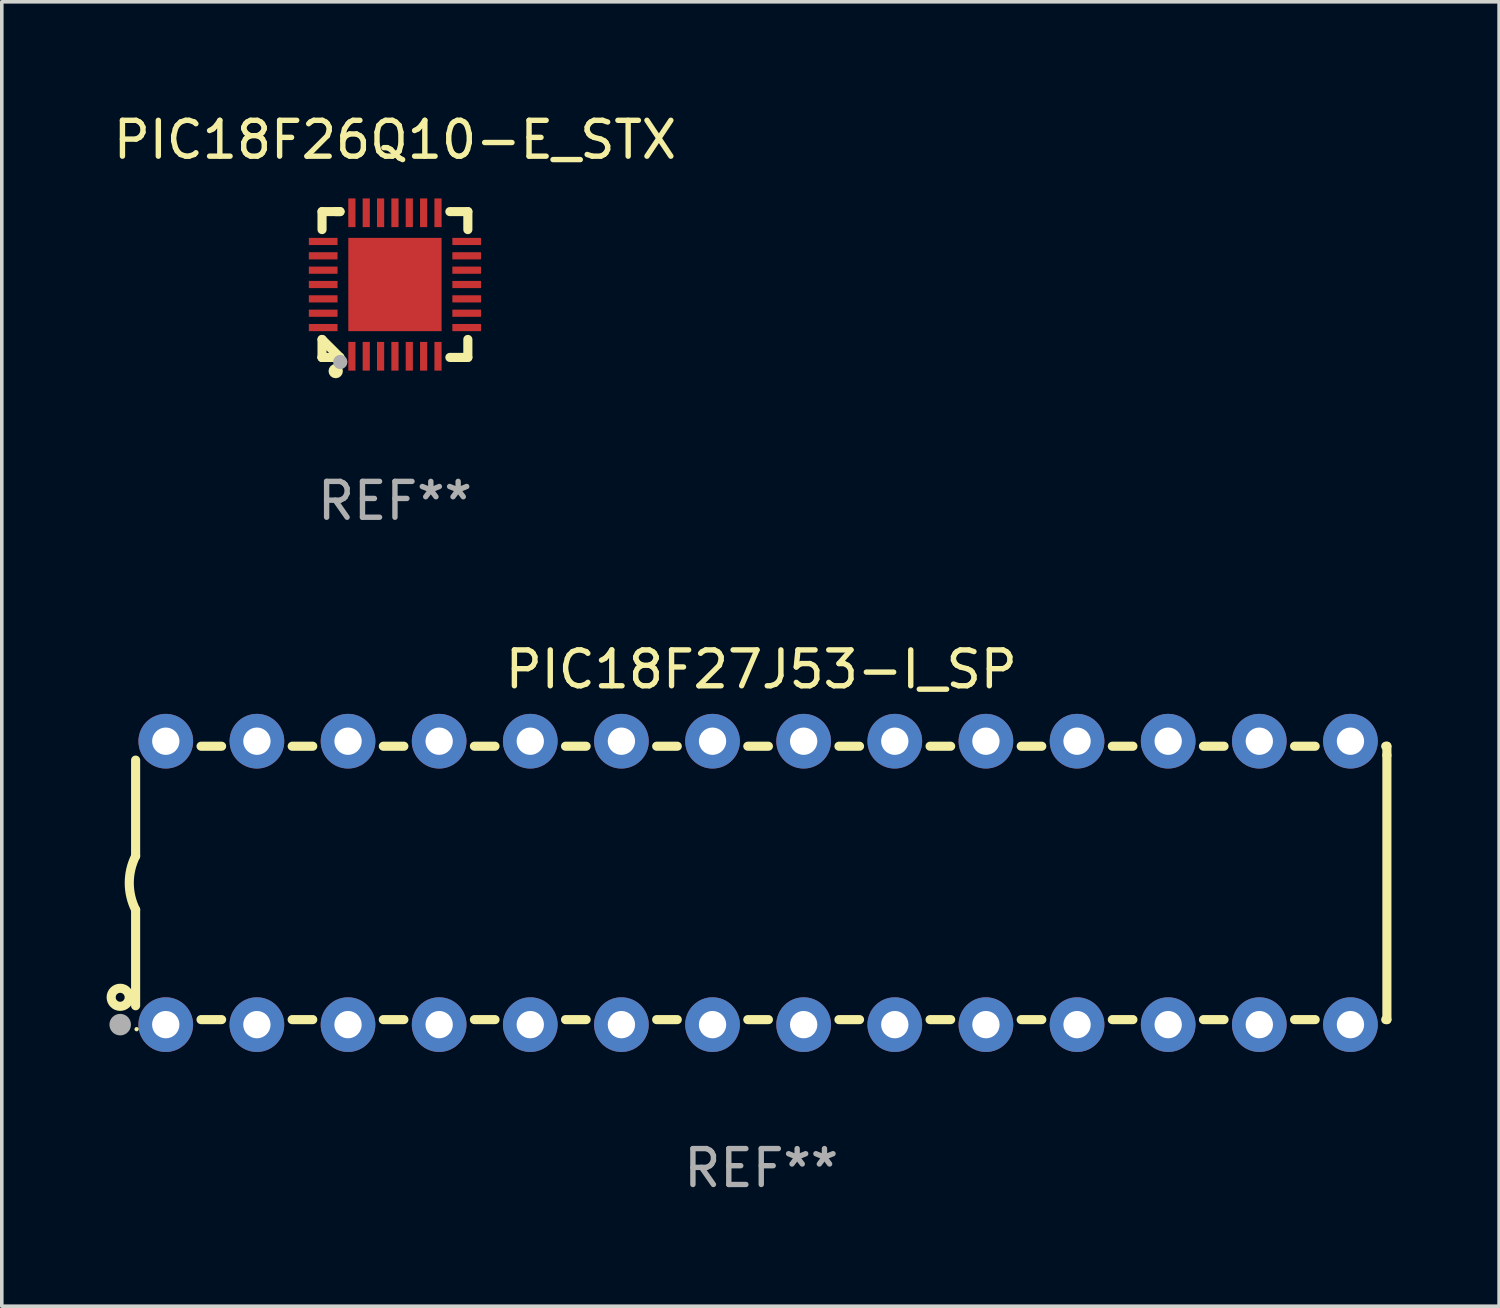
<source format=kicad_pcb>
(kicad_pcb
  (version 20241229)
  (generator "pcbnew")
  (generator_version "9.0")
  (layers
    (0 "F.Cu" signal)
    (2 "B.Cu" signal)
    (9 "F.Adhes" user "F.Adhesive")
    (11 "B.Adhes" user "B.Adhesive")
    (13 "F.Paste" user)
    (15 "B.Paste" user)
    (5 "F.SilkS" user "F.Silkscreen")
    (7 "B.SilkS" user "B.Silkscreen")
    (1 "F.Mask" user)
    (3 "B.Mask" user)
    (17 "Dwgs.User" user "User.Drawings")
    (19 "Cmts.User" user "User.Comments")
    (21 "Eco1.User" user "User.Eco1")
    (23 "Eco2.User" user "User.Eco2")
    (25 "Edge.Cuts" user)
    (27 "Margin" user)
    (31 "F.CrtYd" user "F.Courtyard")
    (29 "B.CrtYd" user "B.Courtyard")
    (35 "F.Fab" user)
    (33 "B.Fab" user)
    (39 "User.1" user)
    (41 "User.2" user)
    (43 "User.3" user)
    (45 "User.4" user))
  (footprint "PIC18F27J53-I_SP"
    (layer "F.Cu")
    (at 18.168 21.559)
    (property "Reference" "PIC18F27J53-I_SP" (at 0 -5.95 0) (layer "F.SilkS") (effects (font (size 1 1) (thickness 0.15))))
    (attr through_hole)
    (fp_line (start -17.438 0.75) (end -17.438 3.423) (stroke (width 0.254) (type solid)) (layer "F.SilkS"))
    (fp_line (start -17.438 -3.423) (end -17.438 -0.75) (stroke (width 0.254) (type solid)) (layer "F.SilkS"))
    (fp_line (start -15.615 3.81) (end -15.041 3.81) (stroke (width 0.254) (type solid)) (layer "F.SilkS"))
    (fp_line (start -15.041 -3.81) (end -15.614 -3.81) (stroke (width 0.254) (type solid)) (layer "F.SilkS"))
    (fp_line (start -13.075 3.81) (end -12.501 3.81) (stroke (width 0.254) (type solid)) (layer "F.SilkS"))
    (fp_line (start -12.501 -3.81) (end -13.074 -3.81) (stroke (width 0.254) (type solid)) (layer "F.SilkS"))
    (fp_line (start -10.535 3.81) (end -9.961 3.81) (stroke (width 0.254) (type solid)) (layer "F.SilkS"))
    (fp_line (start -9.961 -3.81) (end -10.534 -3.81) (stroke (width 0.254) (type solid)) (layer "F.SilkS"))
    (fp_line (start -7.995 3.81) (end -7.421 3.81) (stroke (width 0.254) (type solid)) (layer "F.SilkS"))
    (fp_line (start -7.421 -3.81) (end -7.995 -3.81) (stroke (width 0.254) (type solid)) (layer "F.SilkS"))
    (fp_line (start -5.455 3.81) (end -4.881 3.81) (stroke (width 0.254) (type solid)) (layer "F.SilkS"))
    (fp_line (start -4.881 -3.81) (end -5.455 -3.81) (stroke (width 0.254) (type solid)) (layer "F.SilkS"))
    (fp_line (start -2.915 3.81) (end -2.341 3.81) (stroke (width 0.254) (type solid)) (layer "F.SilkS"))
    (fp_line (start -2.341 -3.81) (end -2.915 -3.81) (stroke (width 0.254) (type solid)) (layer "F.SilkS"))
    (fp_line (start -0.375 3.81) (end 0.199 3.81) (stroke (width 0.254) (type solid)) (layer "F.SilkS"))
    (fp_line (start 0.199 -3.81) (end -0.375 -3.81) (stroke (width 0.254) (type solid)) (layer "F.SilkS"))
    (fp_line (start 2.165 3.81) (end 2.739 3.81) (stroke (width 0.254) (type solid)) (layer "F.SilkS"))
    (fp_line (start 2.739 -3.81) (end 2.165 -3.81) (stroke (width 0.254) (type solid)) (layer "F.SilkS"))
    (fp_line (start 4.705 3.81) (end 5.279 3.81) (stroke (width 0.254) (type solid)) (layer "F.SilkS"))
    (fp_line (start 5.279 -3.81) (end 4.705 -3.81) (stroke (width 0.254) (type solid)) (layer "F.SilkS"))
    (fp_line (start 7.245 3.81) (end 7.819 3.81) (stroke (width 0.254) (type solid)) (layer "F.SilkS"))
    (fp_line (start 7.819 -3.81) (end 7.245 -3.81) (stroke (width 0.254) (type solid)) (layer "F.SilkS"))
    (fp_line (start 9.785 3.81) (end 10.359 3.81) (stroke (width 0.254) (type solid)) (layer "F.SilkS"))
    (fp_line (start 10.359 -3.81) (end 9.785 -3.81) (stroke (width 0.254) (type solid)) (layer "F.SilkS"))
    (fp_line (start 12.325 3.81) (end 12.899 3.81) (stroke (width 0.254) (type solid)) (layer "F.SilkS"))
    (fp_line (start 12.899 -3.81) (end 12.325 -3.81) (stroke (width 0.254) (type solid)) (layer "F.SilkS"))
    (fp_line (start 14.865 3.81) (end 15.439 3.81) (stroke (width 0.254) (type solid)) (layer "F.SilkS"))
    (fp_line (start 15.439 -3.81) (end 14.865 -3.81) (stroke (width 0.254) (type solid)) (layer "F.SilkS"))
    (fp_line (start 17.405 3.81) (end 17.438 3.81) (stroke (width 0.254) (type solid)) (layer "F.SilkS"))
    (fp_line (start 17.438 -3.81) (end 17.405 -3.81) (stroke (width 0.254) (type solid)) (layer "F.SilkS"))
    (fp_line (start 17.438 -3.556) (end 17.438 -3.81) (stroke (width 0.254) (type solid)) (layer "F.SilkS"))
    (fp_line (start 17.438 3.81) (end 17.438 -3.556) (stroke (width 0.254) (type solid)) (layer "F.SilkS"))
    (fp_arc (start -17.437986 0.749657) (mid -17.614887 -0.000024) (end -17.437783 -0.749657) (stroke (width 0.254001) (type solid)) (layer "F.SilkS"))
    (fp_circle (center -17.868 3.188) (end -17.743 3.188) (stroke (width 0.254) (type solid)) (fill no) (layer "F.SilkS"))
    (fp_circle (center -17.411 4.077) (end -17.381 4.077) (stroke (width 0.06) (type solid)) (fill no) (layer "F.SilkS"))
    (fp_circle (center -17.868 3.95) (end -17.718 3.95) (stroke (width 0.3) (type solid)) (fill no) (layer "F.Fab"))
    (fp_text user "REF**" (at 0 7.95 0) (layer "F.Fab") (effects (font (size 1 1) (thickness 0.15))))
    (pad "1" thru_hole circle (at -16.598 3.95) (size 1.524 1.524) (drill 0.762) (layers "*.Cu" "*.Mask"))
    (pad "2" thru_hole circle (at -14.058 3.95) (size 1.524 1.524) (drill 0.762) (layers "*.Cu" "*.Mask"))
    (pad "3" thru_hole circle (at -11.518 3.95) (size 1.524 1.524) (drill 0.762) (layers "*.Cu" "*.Mask"))
    (pad "4" thru_hole circle (at -8.978 3.95) (size 1.524 1.524) (drill 0.762) (layers "*.Cu" "*.Mask"))
    (pad "5" thru_hole circle (at -6.438 3.95) (size 1.524 1.524) (drill 0.762) (layers "*.Cu" "*.Mask"))
    (pad "6" thru_hole circle (at -3.898 3.95) (size 1.524 1.524) (drill 0.762) (layers "*.Cu" "*.Mask"))
    (pad "7" thru_hole circle (at -1.358 3.95) (size 1.524 1.524) (drill 0.762) (layers "*.Cu" "*.Mask"))
    (pad "8" thru_hole circle (at 1.182 3.95) (size 1.524 1.524) (drill 0.762) (layers "*.Cu" "*.Mask"))
    (pad "9" thru_hole circle (at 3.722 3.95) (size 1.524 1.524) (drill 0.762) (layers "*.Cu" "*.Mask"))
    (pad "10" thru_hole circle (at 6.262 3.95) (size 1.524 1.524) (drill 0.762) (layers "*.Cu" "*.Mask"))
    (pad "11" thru_hole circle (at 8.802 3.95) (size 1.524 1.524) (drill 0.762) (layers "*.Cu" "*.Mask"))
    (pad "12" thru_hole circle (at 11.342 3.95) (size 1.524 1.524) (drill 0.762) (layers "*.Cu" "*.Mask"))
    (pad "13" thru_hole circle (at 13.882 3.95) (size 1.524 1.524) (drill 0.762) (layers "*.Cu" "*.Mask"))
    (pad "14" thru_hole circle (at 16.422 3.95) (size 1.524 1.524) (drill 0.762) (layers "*.Cu" "*.Mask"))
    (pad "15" thru_hole circle (at 16.422 -3.95) (size 1.524 1.524) (drill 0.762) (layers "*.Cu" "*.Mask"))
    (pad "16" thru_hole circle (at 13.882 -3.95) (size 1.524 1.524) (drill 0.762) (layers "*.Cu" "*.Mask"))
    (pad "17" thru_hole circle (at 11.342 -3.95) (size 1.524 1.524) (drill 0.762) (layers "*.Cu" "*.Mask"))
    (pad "18" thru_hole circle (at 8.802 -3.95) (size 1.524 1.524) (drill 0.762) (layers "*.Cu" "*.Mask"))
    (pad "19" thru_hole circle (at 6.262 -3.95) (size 1.524 1.524) (drill 0.762) (layers "*.Cu" "*.Mask"))
    (pad "20" thru_hole circle (at 3.722 -3.95) (size 1.524 1.524) (drill 0.762) (layers "*.Cu" "*.Mask"))
    (pad "21" thru_hole circle (at 1.182 -3.95) (size 1.524 1.524) (drill 0.762) (layers "*.Cu" "*.Mask"))
    (pad "22" thru_hole circle (at -1.358 -3.95) (size 1.524 1.524) (drill 0.762) (layers "*.Cu" "*.Mask"))
    (pad "23" thru_hole circle (at -3.898 -3.95) (size 1.524 1.524) (drill 0.762) (layers "*.Cu" "*.Mask"))
    (pad "24" thru_hole circle (at -6.438 -3.95) (size 1.524 1.524) (drill 0.762) (layers "*.Cu" "*.Mask"))
    (pad "25" thru_hole circle (at -8.978 -3.95) (size 1.524 1.524) (drill 0.762) (layers "*.Cu" "*.Mask"))
    (pad "26" thru_hole circle (at -11.517 -3.95) (size 1.524 1.524) (drill 0.762) (layers "*.Cu" "*.Mask"))
    (pad "27" thru_hole circle (at -14.057 -3.95) (size 1.524 1.524) (drill 0.762) (layers "*.Cu" "*.Mask"))
    (pad "28" thru_hole circle (at -16.597 -3.95) (size 1.524 1.524) (drill 0.762) (layers "*.Cu" "*.Mask")))
  (footprint "PIC18F26Q10-E_STX"
    (layer "F.Cu")
    (at 7.958 4.88)
    (property "Reference" "PIC18F26Q10-E_STX" (at 0 -4.032 0) (layer "F.SilkS") (effects (font (size 1 1) (thickness 0.15))))
    (attr through_hole)
    (fp_line (start -2.032 -2.032) (end -2.032 -1.531) (stroke (width 0.254) (type solid)) (layer "F.SilkS"))
    (fp_line (start -2.032 1.532) (end -2.032 2.032) (stroke (width 0.254) (type solid)) (layer "F.SilkS"))
    (fp_line (start -2.032 1.532) (end -1.532 2.032) (stroke (width 0.254) (type solid)) (layer "F.SilkS"))
    (fp_line (start -2.032 2.032) (end -2.032 2.032) (stroke (width 0.254) (type solid)) (layer "F.SilkS"))
    (fp_line (start -2.032 2.032) (end -1.532 2.032) (stroke (width 0.254) (type solid)) (layer "F.SilkS"))
    (fp_line (start -1.531 -2.032) (end -2.032 -2.032) (stroke (width 0.254) (type solid)) (layer "F.SilkS"))
    (fp_line (start -1.531 -2.032) (end -1.651 -2.032) (stroke (width 0.254) (type solid)) (layer "F.SilkS"))
    (fp_line (start 1.531 2.032) (end 2.032 2.032) (stroke (width 0.254) (type solid)) (layer "F.SilkS"))
    (fp_line (start 2.032 -2.032) (end 1.531 -2.032) (stroke (width 0.254) (type solid)) (layer "F.SilkS"))
    (fp_line (start 2.032 -1.531) (end 2.032 -2.032) (stroke (width 0.254) (type solid)) (layer "F.SilkS"))
    (fp_line (start 2.032 2.032) (end 2.032 1.531) (stroke (width 0.254) (type solid)) (layer "F.SilkS"))
    (fp_circle (center -2 2) (end -1.97 2) (stroke (width 0.06) (type solid)) (fill no) (layer "F.SilkS"))
    (fp_circle (center -1.651 2.413) (end -1.551 2.413) (stroke (width 0.2) (type solid)) (fill no) (layer "F.SilkS"))
    (fp_circle (center -1.524 2.159) (end -1.424 2.159) (stroke (width 0.2) (type solid)) (fill no) (layer "F.Fab"))
    (fp_text user "REF**" (at 0 6.032 0) (layer "F.Fab") (effects (font (size 1 1) (thickness 0.15))))
    (pad "1" smd rect (at -1.2 2) (size 0.2 0.8) (layers "F.Cu" "F.Mask" "F.Paste"))
    (pad "2" smd rect (at -0.8 2) (size 0.2 0.8) (layers "F.Cu" "F.Mask" "F.Paste"))
    (pad "3" smd rect (at -0.4 2) (size 0.2 0.8) (layers "F.Cu" "F.Mask" "F.Paste"))
    (pad "4" smd rect (at 0 2) (size 0.2 0.8) (layers "F.Cu" "F.Mask" "F.Paste"))
    (pad "5" smd rect (at 0.4 2) (size 0.2 0.8) (layers "F.Cu" "F.Mask" "F.Paste"))
    (pad "6" smd rect (at 0.8 2) (size 0.2 0.8) (layers "F.Cu" "F.Mask" "F.Paste"))
    (pad "7" smd rect (at 1.2 2) (size 0.2 0.8) (layers "F.Cu" "F.Mask" "F.Paste"))
    (pad "8" smd rect (at 2 1.2 270) (size 0.2 0.8) (layers "F.Cu" "F.Mask" "F.Paste"))
    (pad "9" smd rect (at 2 0.8 270) (size 0.2 0.8) (layers "F.Cu" "F.Mask" "F.Paste"))
    (pad "10" smd rect (at 2 0.4 270) (size 0.2 0.8) (layers "F.Cu" "F.Mask" "F.Paste"))
    (pad "11" smd rect (at 2 0 270) (size 0.2 0.8) (layers "F.Cu" "F.Mask" "F.Paste"))
    (pad "12" smd rect (at 2 -0.4 270) (size 0.2 0.8) (layers "F.Cu" "F.Mask" "F.Paste"))
    (pad "13" smd rect (at 2 -0.8 270) (size 0.2 0.8) (layers "F.Cu" "F.Mask" "F.Paste"))
    (pad "14" smd rect (at 2 -1.2 270) (size 0.2 0.8) (layers "F.Cu" "F.Mask" "F.Paste"))
    (pad "15" smd rect (at 1.2 -2) (size 0.2 0.8) (layers "F.Cu" "F.Mask" "F.Paste"))
    (pad "16" smd rect (at 0.8 -2) (size 0.2 0.8) (layers "F.Cu" "F.Mask" "F.Paste"))
    (pad "17" smd rect (at 0.4 -2) (size 0.2 0.8) (layers "F.Cu" "F.Mask" "F.Paste"))
    (pad "18" smd rect (at 0 -2) (size 0.2 0.8) (layers "F.Cu" "F.Mask" "F.Paste"))
    (pad "19" smd rect (at -0.4 -2) (size 0.2 0.8) (layers "F.Cu" "F.Mask" "F.Paste"))
    (pad "20" smd rect (at -0.8 -2) (size 0.2 0.8) (layers "F.Cu" "F.Mask" "F.Paste"))
    (pad "21" smd rect (at -1.2 -2) (size 0.2 0.8) (layers "F.Cu" "F.Mask" "F.Paste"))
    (pad "22" smd rect (at -2 -1.2 270) (size 0.2 0.8) (layers "F.Cu" "F.Mask" "F.Paste"))
    (pad "23" smd rect (at -2 -0.8 270) (size 0.2 0.8) (layers "F.Cu" "F.Mask" "F.Paste"))
    (pad "24" smd rect (at -2 -0.4 270) (size 0.2 0.8) (layers "F.Cu" "F.Mask" "F.Paste"))
    (pad "25" smd rect (at -2 0 270) (size 0.2 0.8) (layers "F.Cu" "F.Mask" "F.Paste"))
    (pad "26" smd rect (at -2 0.4 270) (size 0.2 0.8) (layers "F.Cu" "F.Mask" "F.Paste"))
    (pad "27" smd rect (at -2 0.8 270) (size 0.2 0.8) (layers "F.Cu" "F.Mask" "F.Paste"))
    (pad "28" smd rect (at -2 1.2 270) (size 0.2 0.8) (layers "F.Cu" "F.Mask" "F.Paste"))
    (pad "29" smd rect (at 0 0 270) (size 2.6 2.6) (layers "F.Cu" "F.Mask" "F.Paste")))
  (gr_rect
    (start -3 -3)
    (end 38.733 33.357)
    (stroke (width 0.1) (type default))
    (fill no)
    (layer "Edge.Cuts")))
</source>
